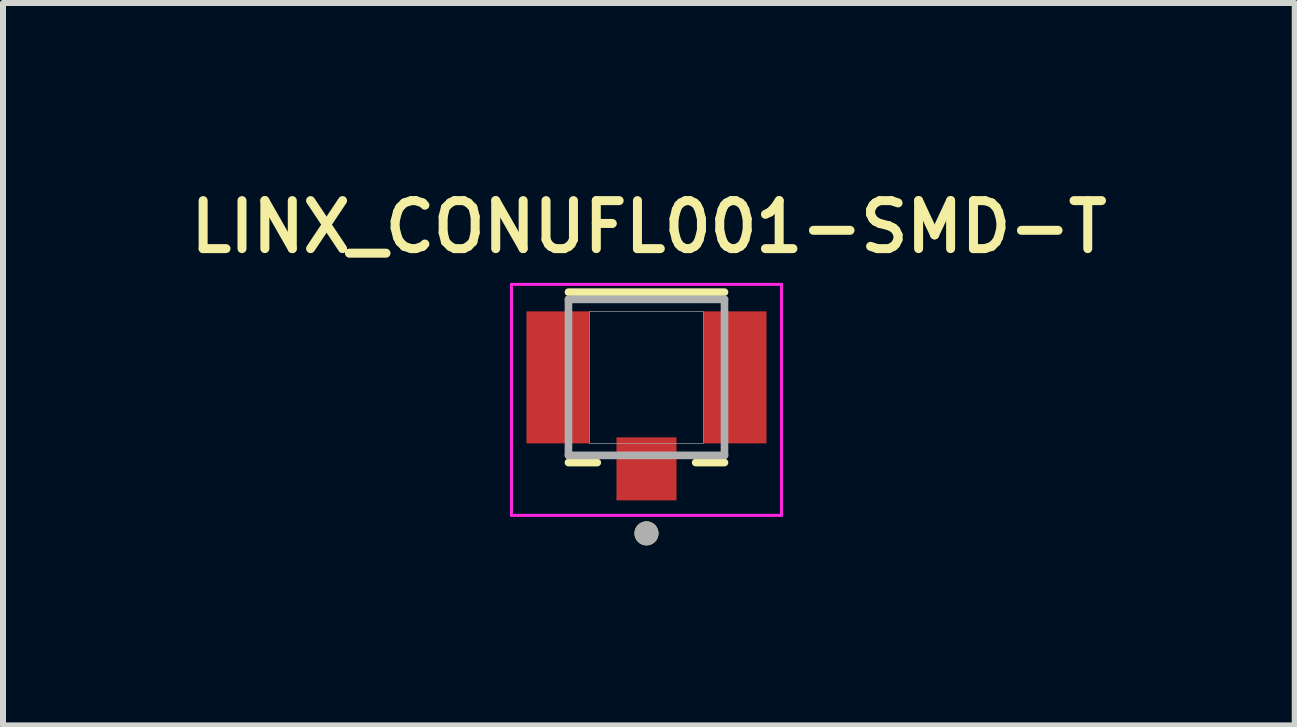
<source format=kicad_pcb>
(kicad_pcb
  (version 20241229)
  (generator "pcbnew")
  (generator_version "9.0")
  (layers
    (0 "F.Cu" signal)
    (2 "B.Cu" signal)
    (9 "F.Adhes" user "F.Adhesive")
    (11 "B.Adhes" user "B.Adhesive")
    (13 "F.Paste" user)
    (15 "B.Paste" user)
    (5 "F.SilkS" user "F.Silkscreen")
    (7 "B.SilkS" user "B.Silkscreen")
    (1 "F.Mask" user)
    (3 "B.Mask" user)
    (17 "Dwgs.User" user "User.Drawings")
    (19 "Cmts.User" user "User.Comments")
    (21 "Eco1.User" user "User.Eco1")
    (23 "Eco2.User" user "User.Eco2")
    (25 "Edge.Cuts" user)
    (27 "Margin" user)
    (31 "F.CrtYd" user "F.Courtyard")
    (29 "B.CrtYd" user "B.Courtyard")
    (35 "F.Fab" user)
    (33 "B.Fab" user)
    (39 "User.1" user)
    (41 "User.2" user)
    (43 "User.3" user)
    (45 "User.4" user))
  (footprint "LINX_CONUFL001-SMD-T"
    (layer "F.Cu")
    (at 7.724 3.239)
    (property "Reference" "LINX_CONUFL001-SMD-T" (at 0.04 -2.508 0) (layer "F.SilkS") (effects (font (size 0.8 0.8) (thickness 0.15))))
    (attr smd)
    (fp_line (start -1.3 -1.42) (end 1.3 -1.42) (stroke (width 0.127) (type solid)) (layer "F.SilkS"))
    (fp_line (start -0.82 1.42) (end -1.3 1.42) (stroke (width 0.127) (type solid)) (layer "F.SilkS"))
    (fp_line (start 0.82 1.42) (end 1.3 1.42) (stroke (width 0.127) (type solid)) (layer "F.SilkS"))
    (fp_circle (center 0 2.6) (end 0.1 2.6) (stroke (width 0.2) (type solid)) (fill no) (layer "F.SilkS"))
    (fp_line (start -2.25 -1.55) (end 2.25 -1.55) (stroke (width 0.05) (type solid)) (layer "F.CrtYd"))
    (fp_line (start -2.25 2.3) (end -2.25 -1.55) (stroke (width 0.05) (type solid)) (layer "F.CrtYd"))
    (fp_line (start 2.25 -1.55) (end 2.25 2.3) (stroke (width 0.05) (type solid)) (layer "F.CrtYd"))
    (fp_line (start 2.25 2.3) (end -2.25 2.3) (stroke (width 0.05) (type solid)) (layer "F.CrtYd"))
    (fp_line (start -1.3 -1.3) (end 1.3 -1.3) (stroke (width 0.127) (type solid)) (layer "F.Fab"))
    (fp_line (start -1.3 1.3) (end -1.3 -1.3) (stroke (width 0.127) (type solid)) (layer "F.Fab"))
    (fp_line (start 1.3 -1.3) (end 1.3 1.3) (stroke (width 0.127) (type solid)) (layer "F.Fab"))
    (fp_line (start 1.3 1.3) (end -1.3 1.3) (stroke (width 0.127) (type solid)) (layer "F.Fab"))
    (fp_circle (center 0 2.6) (end 0.1 2.6) (stroke (width 0.2) (type solid)) (fill no) (layer "F.Fab"))
    (fp_poly (pts (xy -0.95 -1.1) (xy 0.95 -1.1) (xy 0.95 1.1) (xy -0.95 1.1)) (stroke (width 0.01) (type solid)) (fill no) (layer "F.Fab"))
    (pad "1" smd rect (at 0 1.525) (size 1 1.05) (layers "F.Cu" "F.Mask" "F.Paste"))
    (pad "2" smd rect (at -1.475 0) (size 1.05 2.2) (layers "F.Cu" "F.Mask" "F.Paste"))
    (pad "3" smd rect (at 1.475 0) (size 1.05 2.2) (layers "F.Cu" "F.Mask" "F.Paste")))
  (gr_rect
    (start -3 -3)
    (end 18.528 9.039)
    (stroke (width 0.1) (type default))
    (fill no)
    (layer "Edge.Cuts")))
</source>
